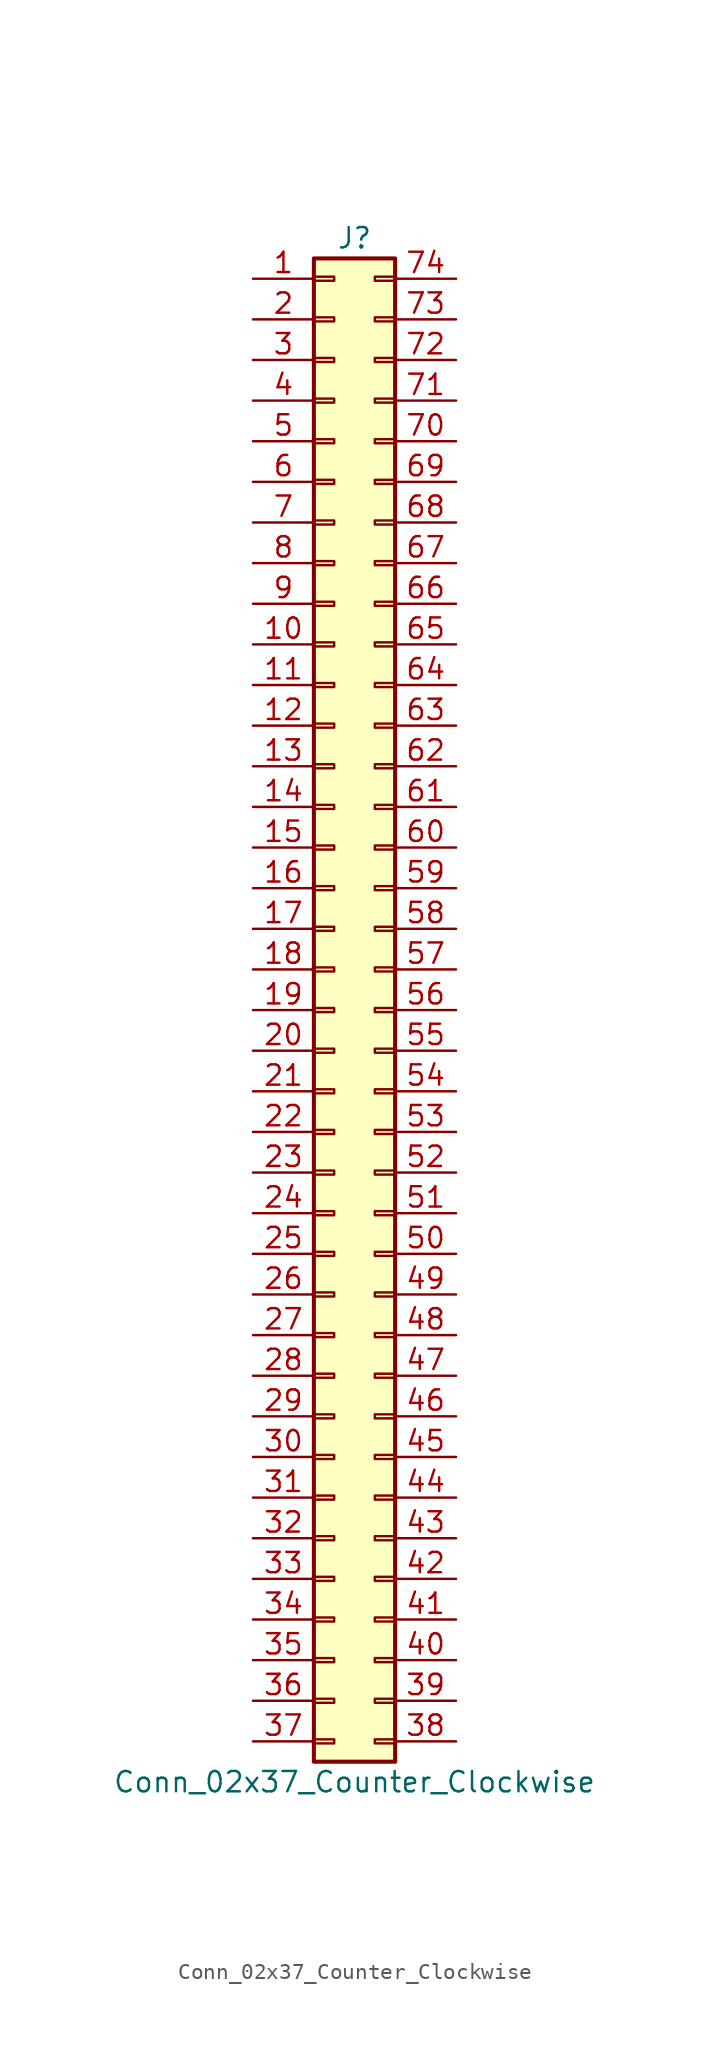
<source format=kicad_sym>
(kicad_symbol_lib
  (version 20220914)
  (generator kicad_symbol_editor)
  (symbol "Conn_02x37_Counter_Clockwise"
    (pin_names
      (offset 1.016) hide)
    (property "Reference" "J"
      (at 1.27 48.26 0)
      (effects (font (size 1.27 1.27))))
    (property "Value" "Conn_02x37_Counter_Clockwise"
      (at 1.27 -48.26 0)
      (effects (font (size 1.27 1.27))))
    (symbol "Conn_02x37_Counter_Clockwise_1_1"
      (rectangle (start -1.27 -45.593) (end 0 -45.847) (stroke (width 0.152) (type solid)) (fill (type none)))
      (rectangle (start -1.27 -43.053) (end 0 -43.307) (stroke (width 0.152) (type solid)) (fill (type none)))
      (rectangle (start -1.27 -40.513) (end 0 -40.767) (stroke (width 0.152) (type solid)) (fill (type none)))
      (rectangle (start -1.27 -37.973) (end 0 -38.227) (stroke (width 0.152) (type solid)) (fill (type none)))
      (rectangle (start -1.27 -35.433) (end 0 -35.687) (stroke (width 0.152) (type solid)) (fill (type none)))
      (rectangle (start -1.27 -32.893) (end 0 -33.147) (stroke (width 0.152) (type solid)) (fill (type none)))
      (rectangle (start -1.27 -30.353) (end 0 -30.607) (stroke (width 0.152) (type solid)) (fill (type none)))
      (rectangle (start -1.27 -27.813) (end 0 -28.067) (stroke (width 0.152) (type solid)) (fill (type none)))
      (rectangle (start -1.27 -25.273) (end 0 -25.527) (stroke (width 0.152) (type solid)) (fill (type none)))
      (rectangle (start -1.27 -22.733) (end 0 -22.987) (stroke (width 0.152) (type solid)) (fill (type none)))
      (rectangle (start -1.27 -20.193) (end 0 -20.447) (stroke (width 0.152) (type solid)) (fill (type none)))
      (rectangle (start -1.27 -17.653) (end 0 -17.907) (stroke (width 0.152) (type solid)) (fill (type none)))
      (rectangle (start -1.27 -15.113) (end 0 -15.367) (stroke (width 0.152) (type solid)) (fill (type none)))
      (rectangle (start -1.27 -12.573) (end 0 -12.827) (stroke (width 0.152) (type solid)) (fill (type none)))
      (rectangle (start -1.27 -10.033) (end 0 -10.287) (stroke (width 0.152) (type solid)) (fill (type none)))
      (rectangle (start -1.27 -7.493) (end 0 -7.747) (stroke (width 0.152) (type solid)) (fill (type none)))
      (rectangle (start -1.27 -4.953) (end 0 -5.207) (stroke (width 0.152) (type solid)) (fill (type none)))
      (rectangle (start -1.27 -2.413) (end 0 -2.667) (stroke (width 0.152) (type solid)) (fill (type none)))
      (rectangle (start -1.27 0.127) (end 0 -0.127) (stroke (width 0.152) (type solid)) (fill (type none)))
      (rectangle (start -1.27 2.667) (end 0 2.413) (stroke (width 0.152) (type solid)) (fill (type none)))
      (rectangle (start -1.27 5.207) (end 0 4.953) (stroke (width 0.152) (type solid)) (fill (type none)))
      (rectangle (start -1.27 7.747) (end 0 7.493) (stroke (width 0.152) (type solid)) (fill (type none)))
      (rectangle (start -1.27 10.287) (end 0 10.033) (stroke (width 0.152) (type solid)) (fill (type none)))
      (rectangle (start -1.27 12.827) (end 0 12.573) (stroke (width 0.152) (type solid)) (fill (type none)))
      (rectangle (start -1.27 15.367) (end 0 15.113) (stroke (width 0.152) (type solid)) (fill (type none)))
      (rectangle (start -1.27 17.907) (end 0 17.653) (stroke (width 0.152) (type solid)) (fill (type none)))
      (rectangle (start -1.27 20.447) (end 0 20.193) (stroke (width 0.152) (type solid)) (fill (type none)))
      (rectangle (start -1.27 22.987) (end 0 22.733) (stroke (width 0.152) (type solid)) (fill (type none)))
      (rectangle (start -1.27 25.527) (end 0 25.273) (stroke (width 0.152) (type solid)) (fill (type none)))
      (rectangle (start -1.27 28.067) (end 0 27.813) (stroke (width 0.152) (type solid)) (fill (type none)))
      (rectangle (start -1.27 30.607) (end 0 30.353) (stroke (width 0.152) (type solid)) (fill (type none)))
      (rectangle (start -1.27 33.147) (end 0 32.893) (stroke (width 0.152) (type solid)) (fill (type none)))
      (rectangle (start -1.27 35.687) (end 0 35.433) (stroke (width 0.152) (type solid)) (fill (type none)))
      (rectangle (start -1.27 38.227) (end 0 37.973) (stroke (width 0.152) (type solid)) (fill (type none)))
      (rectangle (start -1.27 40.767) (end 0 40.513) (stroke (width 0.152) (type solid)) (fill (type none)))
      (rectangle (start -1.27 43.307) (end 0 43.053) (stroke (width 0.152) (type solid)) (fill (type none)))
      (rectangle (start -1.27 45.847) (end 0 45.593) (stroke (width 0.152) (type solid)) (fill (type none)))
      (rectangle (start -1.27 46.99) (end 3.81 -46.99) (stroke (width 0.254) (type solid)) (fill (type background)))
      (rectangle (start 3.81 -45.593) (end 2.54 -45.847) (stroke (width 0.152) (type solid)) (fill (type none)))
      (rectangle (start 3.81 -43.053) (end 2.54 -43.307) (stroke (width 0.152) (type solid)) (fill (type none)))
      (rectangle (start 3.81 -40.513) (end 2.54 -40.767) (stroke (width 0.152) (type solid)) (fill (type none)))
      (rectangle (start 3.81 -37.973) (end 2.54 -38.227) (stroke (width 0.152) (type solid)) (fill (type none)))
      (rectangle (start 3.81 -35.433) (end 2.54 -35.687) (stroke (width 0.152) (type solid)) (fill (type none)))
      (rectangle (start 3.81 -32.893) (end 2.54 -33.147) (stroke (width 0.152) (type solid)) (fill (type none)))
      (rectangle (start 3.81 -30.353) (end 2.54 -30.607) (stroke (width 0.152) (type solid)) (fill (type none)))
      (rectangle (start 3.81 -27.813) (end 2.54 -28.067) (stroke (width 0.152) (type solid)) (fill (type none)))
      (rectangle (start 3.81 -25.273) (end 2.54 -25.527) (stroke (width 0.152) (type solid)) (fill (type none)))
      (rectangle (start 3.81 -22.733) (end 2.54 -22.987) (stroke (width 0.152) (type solid)) (fill (type none)))
      (rectangle (start 3.81 -20.193) (end 2.54 -20.447) (stroke (width 0.152) (type solid)) (fill (type none)))
      (rectangle (start 3.81 -17.653) (end 2.54 -17.907) (stroke (width 0.152) (type solid)) (fill (type none)))
      (rectangle (start 3.81 -15.113) (end 2.54 -15.367) (stroke (width 0.152) (type solid)) (fill (type none)))
      (rectangle (start 3.81 -12.573) (end 2.54 -12.827) (stroke (width 0.152) (type solid)) (fill (type none)))
      (rectangle (start 3.81 -10.033) (end 2.54 -10.287) (stroke (width 0.152) (type solid)) (fill (type none)))
      (rectangle (start 3.81 -7.493) (end 2.54 -7.747) (stroke (width 0.152) (type solid)) (fill (type none)))
      (rectangle (start 3.81 -4.953) (end 2.54 -5.207) (stroke (width 0.152) (type solid)) (fill (type none)))
      (rectangle (start 3.81 -2.413) (end 2.54 -2.667) (stroke (width 0.152) (type solid)) (fill (type none)))
      (rectangle (start 3.81 0.127) (end 2.54 -0.127) (stroke (width 0.152) (type solid)) (fill (type none)))
      (rectangle (start 3.81 2.667) (end 2.54 2.413) (stroke (width 0.152) (type solid)) (fill (type none)))
      (rectangle (start 3.81 5.207) (end 2.54 4.953) (stroke (width 0.152) (type solid)) (fill (type none)))
      (rectangle (start 3.81 7.747) (end 2.54 7.493) (stroke (width 0.152) (type solid)) (fill (type none)))
      (rectangle (start 3.81 10.287) (end 2.54 10.033) (stroke (width 0.152) (type solid)) (fill (type none)))
      (rectangle (start 3.81 12.827) (end 2.54 12.573) (stroke (width 0.152) (type solid)) (fill (type none)))
      (rectangle (start 3.81 15.367) (end 2.54 15.113) (stroke (width 0.152) (type solid)) (fill (type none)))
      (rectangle (start 3.81 17.907) (end 2.54 17.653) (stroke (width 0.152) (type solid)) (fill (type none)))
      (rectangle (start 3.81 20.447) (end 2.54 20.193) (stroke (width 0.152) (type solid)) (fill (type none)))
      (rectangle (start 3.81 22.987) (end 2.54 22.733) (stroke (width 0.152) (type solid)) (fill (type none)))
      (rectangle (start 3.81 25.527) (end 2.54 25.273) (stroke (width 0.152) (type solid)) (fill (type none)))
      (rectangle (start 3.81 28.067) (end 2.54 27.813) (stroke (width 0.152) (type solid)) (fill (type none)))
      (rectangle (start 3.81 30.607) (end 2.54 30.353) (stroke (width 0.152) (type solid)) (fill (type none)))
      (rectangle (start 3.81 33.147) (end 2.54 32.893) (stroke (width 0.152) (type solid)) (fill (type none)))
      (rectangle (start 3.81 35.687) (end 2.54 35.433) (stroke (width 0.152) (type solid)) (fill (type none)))
      (rectangle (start 3.81 38.227) (end 2.54 37.973) (stroke (width 0.152) (type solid)) (fill (type none)))
      (rectangle (start 3.81 40.767) (end 2.54 40.513) (stroke (width 0.152) (type solid)) (fill (type none)))
      (rectangle (start 3.81 43.307) (end 2.54 43.053) (stroke (width 0.152) (type solid)) (fill (type none)))
      (rectangle (start 3.81 45.847) (end 2.54 45.593) (stroke (width 0.152) (type solid)) (fill (type none)))
      (pin passive line (at -5.08 45.72 0) (length 3.81) (name "Pin_1" (effects (font (size 1.27 1.27)))) (number "1" (effects (font (size 1.27 1.27)))))
      (pin passive line (at -5.08 22.86 0) (length 3.81) (name "Pin_10" (effects (font (size 1.27 1.27)))) (number "10" (effects (font (size 1.27 1.27)))))
      (pin passive line (at -5.08 20.32 0) (length 3.81) (name "Pin_11" (effects (font (size 1.27 1.27)))) (number "11" (effects (font (size 1.27 1.27)))))
      (pin passive line (at -5.08 17.78 0) (length 3.81) (name "Pin_12" (effects (font (size 1.27 1.27)))) (number "12" (effects (font (size 1.27 1.27)))))
      (pin passive line (at -5.08 15.24 0) (length 3.81) (name "Pin_13" (effects (font (size 1.27 1.27)))) (number "13" (effects (font (size 1.27 1.27)))))
      (pin passive line (at -5.08 12.7 0) (length 3.81) (name "Pin_14" (effects (font (size 1.27 1.27)))) (number "14" (effects (font (size 1.27 1.27)))))
      (pin passive line (at -5.08 10.16 0) (length 3.81) (name "Pin_15" (effects (font (size 1.27 1.27)))) (number "15" (effects (font (size 1.27 1.27)))))
      (pin passive line (at -5.08 7.62 0) (length 3.81) (name "Pin_16" (effects (font (size 1.27 1.27)))) (number "16" (effects (font (size 1.27 1.27)))))
      (pin passive line (at -5.08 5.08 0) (length 3.81) (name "Pin_17" (effects (font (size 1.27 1.27)))) (number "17" (effects (font (size 1.27 1.27)))))
      (pin passive line (at -5.08 2.54 0) (length 3.81) (name "Pin_18" (effects (font (size 1.27 1.27)))) (number "18" (effects (font (size 1.27 1.27)))))
      (pin passive line (at -5.08 0 0) (length 3.81) (name "Pin_19" (effects (font (size 1.27 1.27)))) (number "19" (effects (font (size 1.27 1.27)))))
      (pin passive line (at -5.08 43.18 0) (length 3.81) (name "Pin_2" (effects (font (size 1.27 1.27)))) (number "2" (effects (font (size 1.27 1.27)))))
      (pin passive line (at -5.08 -2.54 0) (length 3.81) (name "Pin_20" (effects (font (size 1.27 1.27)))) (number "20" (effects (font (size 1.27 1.27)))))
      (pin passive line (at -5.08 -5.08 0) (length 3.81) (name "Pin_21" (effects (font (size 1.27 1.27)))) (number "21" (effects (font (size 1.27 1.27)))))
      (pin passive line (at -5.08 -7.62 0) (length 3.81) (name "Pin_22" (effects (font (size 1.27 1.27)))) (number "22" (effects (font (size 1.27 1.27)))))
      (pin passive line (at -5.08 -10.16 0) (length 3.81) (name "Pin_23" (effects (font (size 1.27 1.27)))) (number "23" (effects (font (size 1.27 1.27)))))
      (pin passive line (at -5.08 -12.7 0) (length 3.81) (name "Pin_24" (effects (font (size 1.27 1.27)))) (number "24" (effects (font (size 1.27 1.27)))))
      (pin passive line (at -5.08 -15.24 0) (length 3.81) (name "Pin_25" (effects (font (size 1.27 1.27)))) (number "25" (effects (font (size 1.27 1.27)))))
      (pin passive line (at -5.08 -17.78 0) (length 3.81) (name "Pin_26" (effects (font (size 1.27 1.27)))) (number "26" (effects (font (size 1.27 1.27)))))
      (pin passive line (at -5.08 -20.32 0) (length 3.81) (name "Pin_27" (effects (font (size 1.27 1.27)))) (number "27" (effects (font (size 1.27 1.27)))))
      (pin passive line (at -5.08 -22.86 0) (length 3.81) (name "Pin_28" (effects (font (size 1.27 1.27)))) (number "28" (effects (font (size 1.27 1.27)))))
      (pin passive line (at -5.08 -25.4 0) (length 3.81) (name "Pin_29" (effects (font (size 1.27 1.27)))) (number "29" (effects (font (size 1.27 1.27)))))
      (pin passive line (at -5.08 40.64 0) (length 3.81) (name "Pin_3" (effects (font (size 1.27 1.27)))) (number "3" (effects (font (size 1.27 1.27)))))
      (pin passive line (at -5.08 -27.94 0) (length 3.81) (name "Pin_30" (effects (font (size 1.27 1.27)))) (number "30" (effects (font (size 1.27 1.27)))))
      (pin passive line (at -5.08 -30.48 0) (length 3.81) (name "Pin_31" (effects (font (size 1.27 1.27)))) (number "31" (effects (font (size 1.27 1.27)))))
      (pin passive line (at -5.08 -33.02 0) (length 3.81) (name "Pin_32" (effects (font (size 1.27 1.27)))) (number "32" (effects (font (size 1.27 1.27)))))
      (pin passive line (at -5.08 -35.56 0) (length 3.81) (name "Pin_33" (effects (font (size 1.27 1.27)))) (number "33" (effects (font (size 1.27 1.27)))))
      (pin passive line (at -5.08 -38.1 0) (length 3.81) (name "Pin_34" (effects (font (size 1.27 1.27)))) (number "34" (effects (font (size 1.27 1.27)))))
      (pin passive line (at -5.08 -40.64 0) (length 3.81) (name "Pin_35" (effects (font (size 1.27 1.27)))) (number "35" (effects (font (size 1.27 1.27)))))
      (pin passive line (at -5.08 -43.18 0) (length 3.81) (name "Pin_36" (effects (font (size 1.27 1.27)))) (number "36" (effects (font (size 1.27 1.27)))))
      (pin passive line (at -5.08 -45.72 0) (length 3.81) (name "Pin_37" (effects (font (size 1.27 1.27)))) (number "37" (effects (font (size 1.27 1.27)))))
      (pin passive line (at 7.62 -45.72 180) (length 3.81) (name "Pin_38" (effects (font (size 1.27 1.27)))) (number "38" (effects (font (size 1.27 1.27)))))
      (pin passive line (at 7.62 -43.18 180) (length 3.81) (name "Pin_39" (effects (font (size 1.27 1.27)))) (number "39" (effects (font (size 1.27 1.27)))))
      (pin passive line (at -5.08 38.1 0) (length 3.81) (name "Pin_4" (effects (font (size 1.27 1.27)))) (number "4" (effects (font (size 1.27 1.27)))))
      (pin passive line (at 7.62 -40.64 180) (length 3.81) (name "Pin_40" (effects (font (size 1.27 1.27)))) (number "40" (effects (font (size 1.27 1.27)))))
      (pin passive line (at 7.62 -38.1 180) (length 3.81) (name "Pin_41" (effects (font (size 1.27 1.27)))) (number "41" (effects (font (size 1.27 1.27)))))
      (pin passive line (at 7.62 -35.56 180) (length 3.81) (name "Pin_42" (effects (font (size 1.27 1.27)))) (number "42" (effects (font (size 1.27 1.27)))))
      (pin passive line (at 7.62 -33.02 180) (length 3.81) (name "Pin_43" (effects (font (size 1.27 1.27)))) (number "43" (effects (font (size 1.27 1.27)))))
      (pin passive line (at 7.62 -30.48 180) (length 3.81) (name "Pin_44" (effects (font (size 1.27 1.27)))) (number "44" (effects (font (size 1.27 1.27)))))
      (pin passive line (at 7.62 -27.94 180) (length 3.81) (name "Pin_45" (effects (font (size 1.27 1.27)))) (number "45" (effects (font (size 1.27 1.27)))))
      (pin passive line (at 7.62 -25.4 180) (length 3.81) (name "Pin_46" (effects (font (size 1.27 1.27)))) (number "46" (effects (font (size 1.27 1.27)))))
      (pin passive line (at 7.62 -22.86 180) (length 3.81) (name "Pin_47" (effects (font (size 1.27 1.27)))) (number "47" (effects (font (size 1.27 1.27)))))
      (pin passive line (at 7.62 -20.32 180) (length 3.81) (name "Pin_48" (effects (font (size 1.27 1.27)))) (number "48" (effects (font (size 1.27 1.27)))))
      (pin passive line (at 7.62 -17.78 180) (length 3.81) (name "Pin_49" (effects (font (size 1.27 1.27)))) (number "49" (effects (font (size 1.27 1.27)))))
      (pin passive line (at -5.08 35.56 0) (length 3.81) (name "Pin_5" (effects (font (size 1.27 1.27)))) (number "5" (effects (font (size 1.27 1.27)))))
      (pin passive line (at 7.62 -15.24 180) (length 3.81) (name "Pin_50" (effects (font (size 1.27 1.27)))) (number "50" (effects (font (size 1.27 1.27)))))
      (pin passive line (at 7.62 -12.7 180) (length 3.81) (name "Pin_51" (effects (font (size 1.27 1.27)))) (number "51" (effects (font (size 1.27 1.27)))))
      (pin passive line (at 7.62 -10.16 180) (length 3.81) (name "Pin_52" (effects (font (size 1.27 1.27)))) (number "52" (effects (font (size 1.27 1.27)))))
      (pin passive line (at 7.62 -7.62 180) (length 3.81) (name "Pin_53" (effects (font (size 1.27 1.27)))) (number "53" (effects (font (size 1.27 1.27)))))
      (pin passive line (at 7.62 -5.08 180) (length 3.81) (name "Pin_54" (effects (font (size 1.27 1.27)))) (number "54" (effects (font (size 1.27 1.27)))))
      (pin passive line (at 7.62 -2.54 180) (length 3.81) (name "Pin_55" (effects (font (size 1.27 1.27)))) (number "55" (effects (font (size 1.27 1.27)))))
      (pin passive line (at 7.62 0 180) (length 3.81) (name "Pin_56" (effects (font (size 1.27 1.27)))) (number "56" (effects (font (size 1.27 1.27)))))
      (pin passive line (at 7.62 2.54 180) (length 3.81) (name "Pin_57" (effects (font (size 1.27 1.27)))) (number "57" (effects (font (size 1.27 1.27)))))
      (pin passive line (at 7.62 5.08 180) (length 3.81) (name "Pin_58" (effects (font (size 1.27 1.27)))) (number "58" (effects (font (size 1.27 1.27)))))
      (pin passive line (at 7.62 7.62 180) (length 3.81) (name "Pin_59" (effects (font (size 1.27 1.27)))) (number "59" (effects (font (size 1.27 1.27)))))
      (pin passive line (at -5.08 33.02 0) (length 3.81) (name "Pin_6" (effects (font (size 1.27 1.27)))) (number "6" (effects (font (size 1.27 1.27)))))
      (pin passive line (at 7.62 10.16 180) (length 3.81) (name "Pin_60" (effects (font (size 1.27 1.27)))) (number "60" (effects (font (size 1.27 1.27)))))
      (pin passive line (at 7.62 12.7 180) (length 3.81) (name "Pin_61" (effects (font (size 1.27 1.27)))) (number "61" (effects (font (size 1.27 1.27)))))
      (pin passive line (at 7.62 15.24 180) (length 3.81) (name "Pin_62" (effects (font (size 1.27 1.27)))) (number "62" (effects (font (size 1.27 1.27)))))
      (pin passive line (at 7.62 17.78 180) (length 3.81) (name "Pin_63" (effects (font (size 1.27 1.27)))) (number "63" (effects (font (size 1.27 1.27)))))
      (pin passive line (at 7.62 20.32 180) (length 3.81) (name "Pin_64" (effects (font (size 1.27 1.27)))) (number "64" (effects (font (size 1.27 1.27)))))
      (pin passive line (at 7.62 22.86 180) (length 3.81) (name "Pin_65" (effects (font (size 1.27 1.27)))) (number "65" (effects (font (size 1.27 1.27)))))
      (pin passive line (at 7.62 25.4 180) (length 3.81) (name "Pin_66" (effects (font (size 1.27 1.27)))) (number "66" (effects (font (size 1.27 1.27)))))
      (pin passive line (at 7.62 27.94 180) (length 3.81) (name "Pin_67" (effects (font (size 1.27 1.27)))) (number "67" (effects (font (size 1.27 1.27)))))
      (pin passive line (at 7.62 30.48 180) (length 3.81) (name "Pin_68" (effects (font (size 1.27 1.27)))) (number "68" (effects (font (size 1.27 1.27)))))
      (pin passive line (at 7.62 33.02 180) (length 3.81) (name "Pin_69" (effects (font (size 1.27 1.27)))) (number "69" (effects (font (size 1.27 1.27)))))
      (pin passive line (at -5.08 30.48 0) (length 3.81) (name "Pin_7" (effects (font (size 1.27 1.27)))) (number "7" (effects (font (size 1.27 1.27)))))
      (pin passive line (at 7.62 35.56 180) (length 3.81) (name "Pin_70" (effects (font (size 1.27 1.27)))) (number "70" (effects (font (size 1.27 1.27)))))
      (pin passive line (at 7.62 38.1 180) (length 3.81) (name "Pin_71" (effects (font (size 1.27 1.27)))) (number "71" (effects (font (size 1.27 1.27)))))
      (pin passive line (at 7.62 40.64 180) (length 3.81) (name "Pin_72" (effects (font (size 1.27 1.27)))) (number "72" (effects (font (size 1.27 1.27)))))
      (pin passive line (at 7.62 43.18 180) (length 3.81) (name "Pin_73" (effects (font (size 1.27 1.27)))) (number "73" (effects (font (size 1.27 1.27)))))
      (pin passive line (at 7.62 45.72 180) (length 3.81) (name "Pin_74" (effects (font (size 1.27 1.27)))) (number "74" (effects (font (size 1.27 1.27)))))
      (pin passive line (at -5.08 27.94 0) (length 3.81) (name "Pin_8" (effects (font (size 1.27 1.27)))) (number "8" (effects (font (size 1.27 1.27)))))
      (pin passive line (at -5.08 25.4 0) (length 3.81) (name "Pin_9" (effects (font (size 1.27 1.27)))) (number "9" (effects (font (size 1.27 1.27))))))))
</source>
